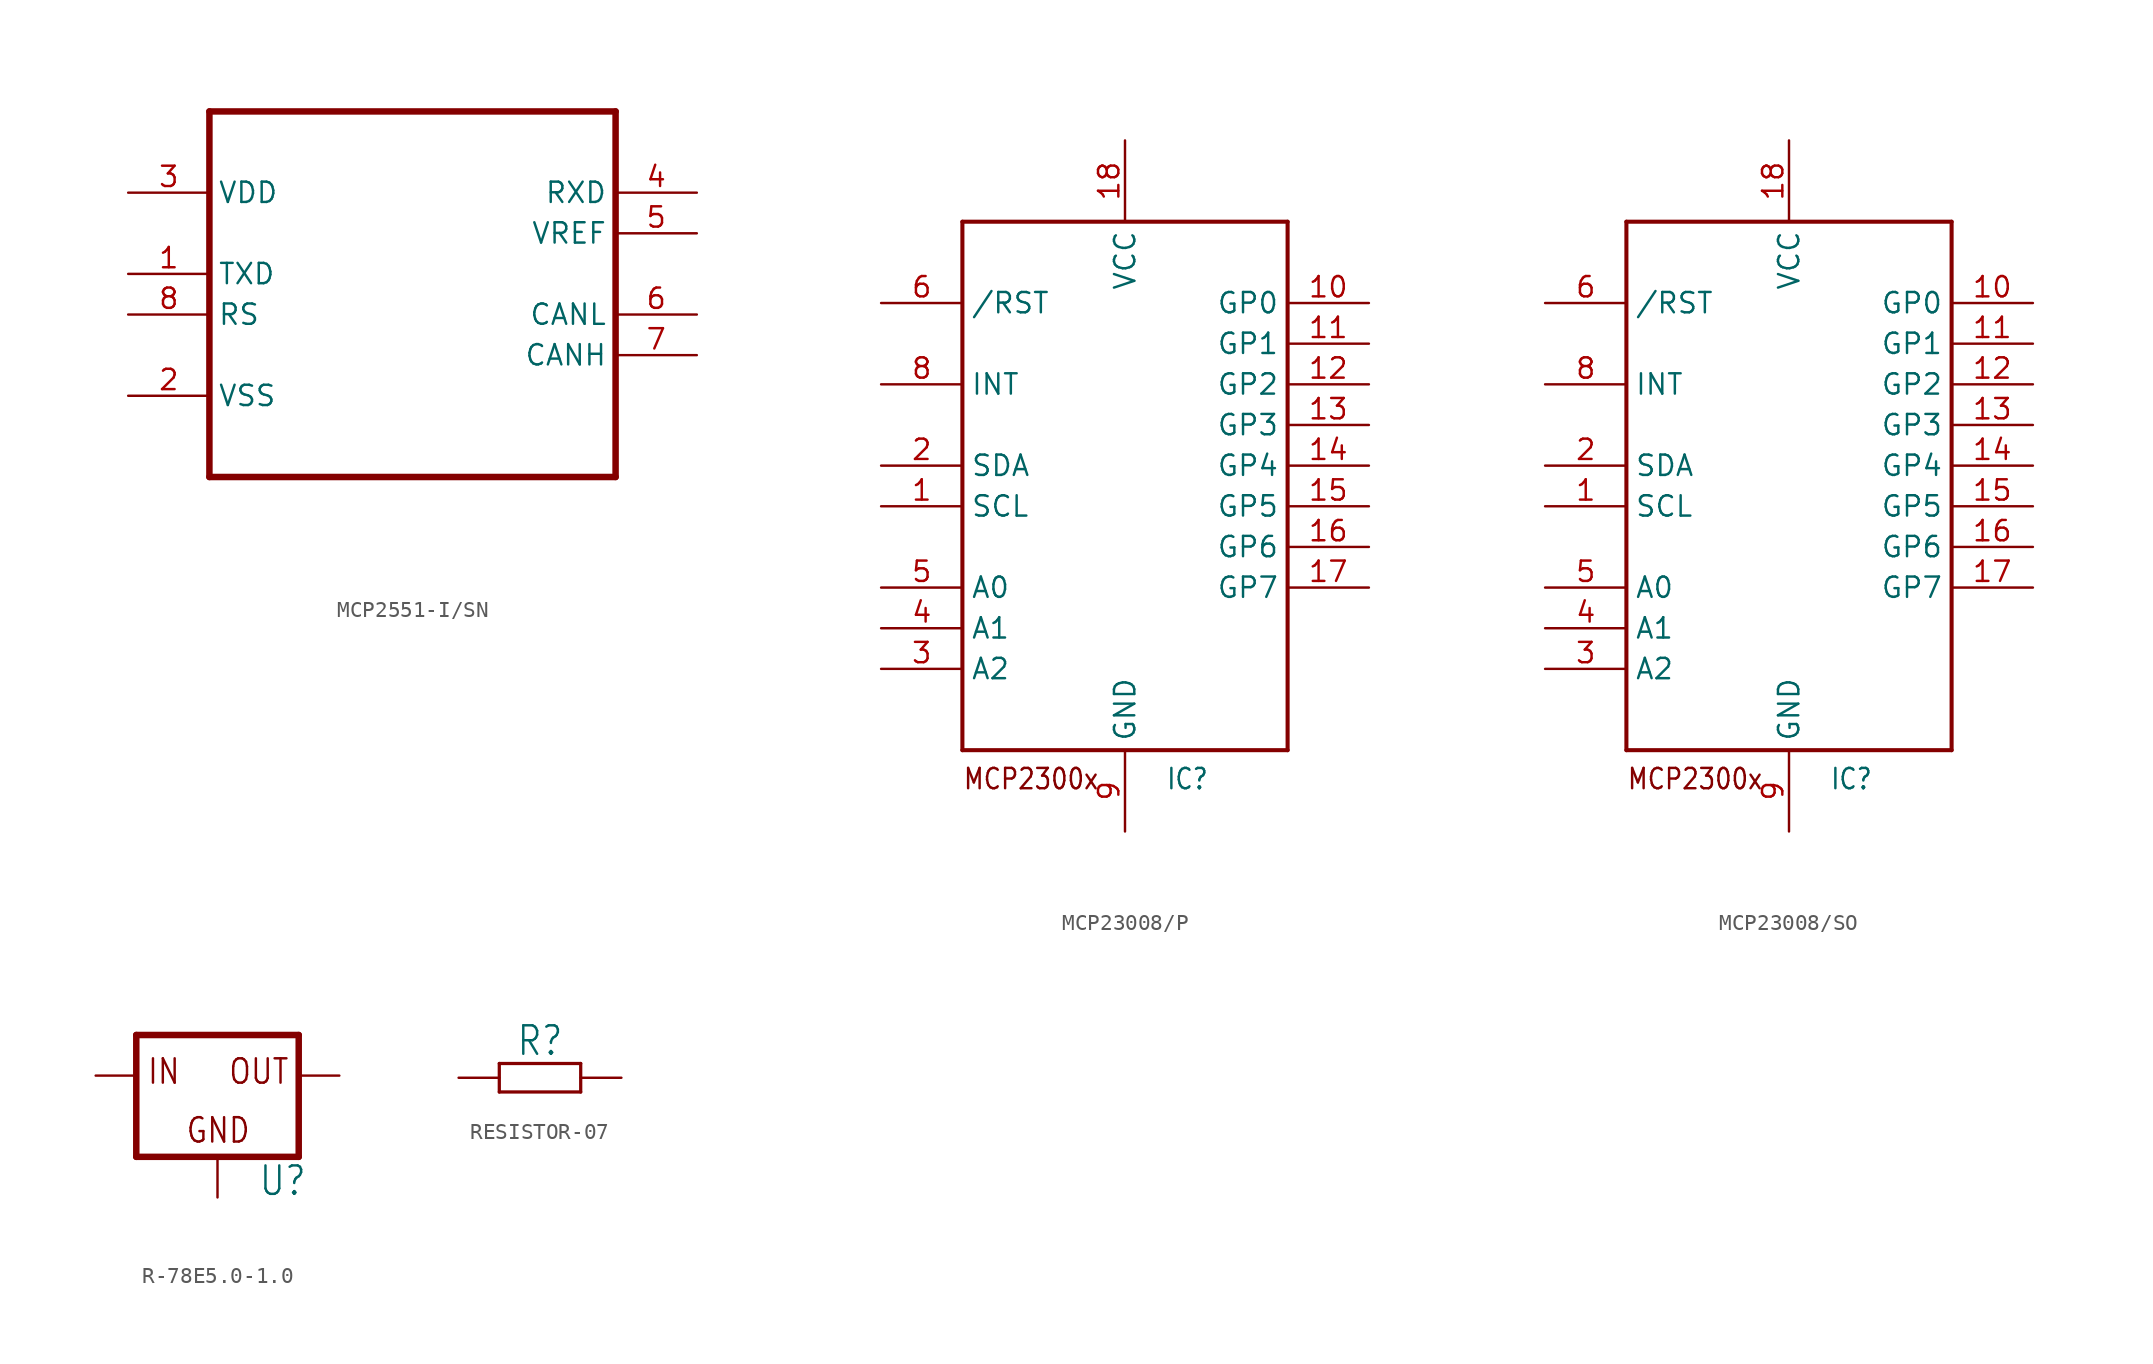
<source format=kicad_sym>
(kicad_symbol_lib
  (version 20220914)
  (generator kicad_symbol_editor)
  (symbol "MCP2551-I/SN"
    (property "Reference" ""
      (at -5.029 10.033 0)
      (effects (font (size 2.083 1.77)) (justify left bottom) hide))
    (property "Value" ""
      (at -5.69 -19.71 0)
      (effects (font (size 2.083 1.77)) (justify left bottom)))
    (property "ki_locked" ""
      (at 0 0 0)
      (effects (font (size 1.27 1.27))))
    (symbol "MCP2551-I/SN_1_0"
      (polyline (pts (xy -12.7 -15.24) (xy 12.7 -15.24)) (stroke (width 0.406) (type solid)) (fill (type none)))
      (polyline (pts (xy -12.7 7.62) (xy -12.7 -15.24)) (stroke (width 0.406) (type solid)) (fill (type none)))
      (polyline (pts (xy 12.7 -15.24) (xy 12.7 7.62)) (stroke (width 0.406) (type solid)) (fill (type none)))
      (polyline (pts (xy 12.7 7.62) (xy -12.7 7.62)) (stroke (width 0.406) (type solid)) (fill (type none)))
      (pin input line (at -17.78 -2.54 0) (length 5.08) (name "TXD" (effects (font (size 1.27 1.27)))) (number "1" (effects (font (size 1.27 1.27)))))
      (pin passive line (at -17.78 -10.16 0) (length 5.08) (name "VSS" (effects (font (size 1.27 1.27)))) (number "2" (effects (font (size 1.27 1.27)))))
      (pin power_in line (at -17.78 2.54 0) (length 5.08) (name "VDD" (effects (font (size 1.27 1.27)))) (number "3" (effects (font (size 1.27 1.27)))))
      (pin output line (at 17.78 2.54 180) (length 5.08) (name "RXD" (effects (font (size 1.27 1.27)))) (number "4" (effects (font (size 1.27 1.27)))))
      (pin output line (at 17.78 0 180) (length 5.08) (name "VREF" (effects (font (size 1.27 1.27)))) (number "5" (effects (font (size 1.27 1.27)))))
      (pin bidirectional line (at 17.78 -5.08 180) (length 5.08) (name "CANL" (effects (font (size 1.27 1.27)))) (number "6" (effects (font (size 1.27 1.27)))))
      (pin bidirectional line (at 17.78 -7.62 180) (length 5.08) (name "CANH" (effects (font (size 1.27 1.27)))) (number "7" (effects (font (size 1.27 1.27)))))
      (pin input line (at -17.78 -5.08 0) (length 5.08) (name "RS" (effects (font (size 1.27 1.27)))) (number "8" (effects (font (size 1.27 1.27)))))))
  (symbol "MCP23008/P"
    (property "Reference" "IC"
      (at 2.54 -20.32 0)
      (effects (font (size 1.27 1.079)) (justify left bottom)))
    (property "ki_locked" ""
      (at 0 0 0)
      (effects (font (size 1.27 1.27))))
    (symbol "MCP23008/P_1_0"
      (polyline (pts (xy -10.16 -17.78) (xy -10.16 15.24)) (stroke (width 0.254) (type solid)) (fill (type none)))
      (polyline (pts (xy -10.16 15.24) (xy 10.16 15.24)) (stroke (width 0.254) (type solid)) (fill (type none)))
      (polyline (pts (xy 10.16 -17.78) (xy -10.16 -17.78)) (stroke (width 0.254) (type solid)) (fill (type none)))
      (polyline (pts (xy 10.16 15.24) (xy 10.16 -17.78)) (stroke (width 0.254) (type solid)) (fill (type none)))
      (text "MCP2300x" (at -10.16 -20.32 0) (effects (font (size 1.27 1.079)) (justify left bottom)))
      (pin bidirectional line (at -15.24 -2.54 0) (length 5.08) (name "SCL" (effects (font (size 1.27 1.27)))) (number "1" (effects (font (size 1.27 1.27)))))
      (pin bidirectional line (at 15.24 10.16 180) (length 5.08) (name "GP0" (effects (font (size 1.27 1.27)))) (number "10" (effects (font (size 1.27 1.27)))))
      (pin bidirectional line (at 15.24 7.62 180) (length 5.08) (name "GP1" (effects (font (size 1.27 1.27)))) (number "11" (effects (font (size 1.27 1.27)))))
      (pin bidirectional line (at 15.24 5.08 180) (length 5.08) (name "GP2" (effects (font (size 1.27 1.27)))) (number "12" (effects (font (size 1.27 1.27)))))
      (pin bidirectional line (at 15.24 2.54 180) (length 5.08) (name "GP3" (effects (font (size 1.27 1.27)))) (number "13" (effects (font (size 1.27 1.27)))))
      (pin bidirectional line (at 15.24 0 180) (length 5.08) (name "GP4" (effects (font (size 1.27 1.27)))) (number "14" (effects (font (size 1.27 1.27)))))
      (pin bidirectional line (at 15.24 -2.54 180) (length 5.08) (name "GP5" (effects (font (size 1.27 1.27)))) (number "15" (effects (font (size 1.27 1.27)))))
      (pin bidirectional line (at 15.24 -5.08 180) (length 5.08) (name "GP6" (effects (font (size 1.27 1.27)))) (number "16" (effects (font (size 1.27 1.27)))))
      (pin bidirectional line (at 15.24 -7.62 180) (length 5.08) (name "GP7" (effects (font (size 1.27 1.27)))) (number "17" (effects (font (size 1.27 1.27)))))
      (pin power_in line (at 0 20.32 270) (length 5.08) (name "VCC" (effects (font (size 1.27 1.27)))) (number "18" (effects (font (size 1.27 1.27)))))
      (pin bidirectional line (at -15.24 0 0) (length 5.08) (name "SDA" (effects (font (size 1.27 1.27)))) (number "2" (effects (font (size 1.27 1.27)))))
      (pin input line (at -15.24 -12.7 0) (length 5.08) (name "A2" (effects (font (size 1.27 1.27)))) (number "3" (effects (font (size 1.27 1.27)))))
      (pin input line (at -15.24 -10.16 0) (length 5.08) (name "A1" (effects (font (size 1.27 1.27)))) (number "4" (effects (font (size 1.27 1.27)))))
      (pin input line (at -15.24 -7.62 0) (length 5.08) (name "A0" (effects (font (size 1.27 1.27)))) (number "5" (effects (font (size 1.27 1.27)))))
      (pin input line (at -15.24 10.16 0) (length 5.08) (name "/RST" (effects (font (size 1.27 1.27)))) (number "6" (effects (font (size 1.27 1.27)))))
      (pin output line (at -15.24 5.08 0) (length 5.08) (name "INT" (effects (font (size 1.27 1.27)))) (number "8" (effects (font (size 1.27 1.27)))))
      (pin power_in line (at 0 -22.86 90) (length 5.08) (name "GND" (effects (font (size 1.27 1.27)))) (number "9" (effects (font (size 1.27 1.27)))))))
  (symbol "MCP23008/SO"
    (property "Reference" "IC"
      (at 2.54 -20.32 0)
      (effects (font (size 1.27 1.079)) (justify left bottom)))
    (property "ki_locked" ""
      (at 0 0 0)
      (effects (font (size 1.27 1.27))))
    (symbol "MCP23008/SO_1_0"
      (polyline (pts (xy -10.16 -17.78) (xy -10.16 15.24)) (stroke (width 0.254) (type solid)) (fill (type none)))
      (polyline (pts (xy -10.16 15.24) (xy 10.16 15.24)) (stroke (width 0.254) (type solid)) (fill (type none)))
      (polyline (pts (xy 10.16 -17.78) (xy -10.16 -17.78)) (stroke (width 0.254) (type solid)) (fill (type none)))
      (polyline (pts (xy 10.16 15.24) (xy 10.16 -17.78)) (stroke (width 0.254) (type solid)) (fill (type none)))
      (text "MCP2300x" (at -10.16 -20.32 0) (effects (font (size 1.27 1.079)) (justify left bottom)))
      (pin bidirectional line (at -15.24 -2.54 0) (length 5.08) (name "SCL" (effects (font (size 1.27 1.27)))) (number "1" (effects (font (size 1.27 1.27)))))
      (pin bidirectional line (at 15.24 10.16 180) (length 5.08) (name "GP0" (effects (font (size 1.27 1.27)))) (number "10" (effects (font (size 1.27 1.27)))))
      (pin bidirectional line (at 15.24 7.62 180) (length 5.08) (name "GP1" (effects (font (size 1.27 1.27)))) (number "11" (effects (font (size 1.27 1.27)))))
      (pin bidirectional line (at 15.24 5.08 180) (length 5.08) (name "GP2" (effects (font (size 1.27 1.27)))) (number "12" (effects (font (size 1.27 1.27)))))
      (pin bidirectional line (at 15.24 2.54 180) (length 5.08) (name "GP3" (effects (font (size 1.27 1.27)))) (number "13" (effects (font (size 1.27 1.27)))))
      (pin bidirectional line (at 15.24 0 180) (length 5.08) (name "GP4" (effects (font (size 1.27 1.27)))) (number "14" (effects (font (size 1.27 1.27)))))
      (pin bidirectional line (at 15.24 -2.54 180) (length 5.08) (name "GP5" (effects (font (size 1.27 1.27)))) (number "15" (effects (font (size 1.27 1.27)))))
      (pin bidirectional line (at 15.24 -5.08 180) (length 5.08) (name "GP6" (effects (font (size 1.27 1.27)))) (number "16" (effects (font (size 1.27 1.27)))))
      (pin bidirectional line (at 15.24 -7.62 180) (length 5.08) (name "GP7" (effects (font (size 1.27 1.27)))) (number "17" (effects (font (size 1.27 1.27)))))
      (pin power_in line (at 0 20.32 270) (length 5.08) (name "VCC" (effects (font (size 1.27 1.27)))) (number "18" (effects (font (size 1.27 1.27)))))
      (pin bidirectional line (at -15.24 0 0) (length 5.08) (name "SDA" (effects (font (size 1.27 1.27)))) (number "2" (effects (font (size 1.27 1.27)))))
      (pin input line (at -15.24 -12.7 0) (length 5.08) (name "A2" (effects (font (size 1.27 1.27)))) (number "3" (effects (font (size 1.27 1.27)))))
      (pin input line (at -15.24 -10.16 0) (length 5.08) (name "A1" (effects (font (size 1.27 1.27)))) (number "4" (effects (font (size 1.27 1.27)))))
      (pin input line (at -15.24 -7.62 0) (length 5.08) (name "A0" (effects (font (size 1.27 1.27)))) (number "5" (effects (font (size 1.27 1.27)))))
      (pin input line (at -15.24 10.16 0) (length 5.08) (name "/RST" (effects (font (size 1.27 1.27)))) (number "6" (effects (font (size 1.27 1.27)))))
      (pin output line (at -15.24 5.08 0) (length 5.08) (name "INT" (effects (font (size 1.27 1.27)))) (number "8" (effects (font (size 1.27 1.27)))))
      (pin power_in line (at 0 -22.86 90) (length 5.08) (name "GND" (effects (font (size 1.27 1.27)))) (number "9" (effects (font (size 1.27 1.27)))))))
  (symbol "R-78E5.0-1.0"
    (property "Reference" "U"
      (at 2.54 -7.62 0)
      (effects (font (size 1.778 1.511)) (justify left bottom)))
    (property "Value" ""
      (at 2.54 -10.16 0)
      (effects (font (size 1.778 1.511)) (justify left bottom)))
    (property "ki_locked" ""
      (at 0 0 0)
      (effects (font (size 1.27 1.27))))
    (symbol "R-78E5.0-1.0_1_0"
      (polyline (pts (xy -5.08 -5.08) (xy 5.08 -5.08)) (stroke (width 0.406) (type solid)) (fill (type none)))
      (polyline (pts (xy -5.08 2.54) (xy -5.08 -5.08)) (stroke (width 0.406) (type solid)) (fill (type none)))
      (polyline (pts (xy 5.08 -5.08) (xy 5.08 2.54)) (stroke (width 0.406) (type solid)) (fill (type none)))
      (polyline (pts (xy 5.08 2.54) (xy -5.08 2.54)) (stroke (width 0.406) (type solid)) (fill (type none)))
      (text "GND" (at -2.032 -4.318 0) (effects (font (size 1.524 1.295)) (justify left bottom)))
      (text "IN" (at -4.445 -0.635 0) (effects (font (size 1.524 1.295)) (justify left bottom)))
      (text "OUT" (at 0.635 -0.635 0) (effects (font (size 1.524 1.295)) (justify left bottom)))
      (pin input line (at 0 -7.62 90) (length 2.54) (name "GND" (effects (font (size 0 0)))) (number "GND" (effects (font (size 0 0)))))
      (pin input line (at -7.62 0 0) (length 2.54) (name "IN" (effects (font (size 0 0)))) (number "VIN" (effects (font (size 0 0)))))
      (pin passive line (at 7.62 0 180) (length 2.54) (name "OUT" (effects (font (size 0 0)))) (number "VOUT" (effects (font (size 0 0)))))))
  (symbol "RESISTOR-07"
    (property "Reference" "R"
      (at 0 1.27 0)
      (effects (font (size 1.778 1.511)) (justify bottom)))
    (property "Value" ""
      (at 0 -1.27 0)
      (effects (font (size 1.778 1.511)) (justify top)))
    (property "ki_locked" ""
      (at 0 0 0)
      (effects (font (size 1.27 1.27))))
    (symbol "RESISTOR-07_1_0"
      (polyline (pts (xy -2.54 -0.889) (xy -2.54 0.889)) (stroke (width 0.203) (type solid)) (fill (type none)))
      (polyline (pts (xy -2.54 0.889) (xy 2.54 0.889)) (stroke (width 0.203) (type solid)) (fill (type none)))
      (polyline (pts (xy 2.54 -0.889) (xy -2.54 -0.889)) (stroke (width 0.203) (type solid)) (fill (type none)))
      (polyline (pts (xy 2.54 0.889) (xy 2.54 -0.889)) (stroke (width 0.203) (type solid)) (fill (type none)))
      (pin passive line (at -5.08 0 0) (length 2.54) (name "1" (effects (font (size 0 0)))) (number "1" (effects (font (size 0 0)))))
      (pin passive line (at 5.08 0 180) (length 2.54) (name "2" (effects (font (size 0 0)))) (number "2" (effects (font (size 0 0))))))))
</source>
